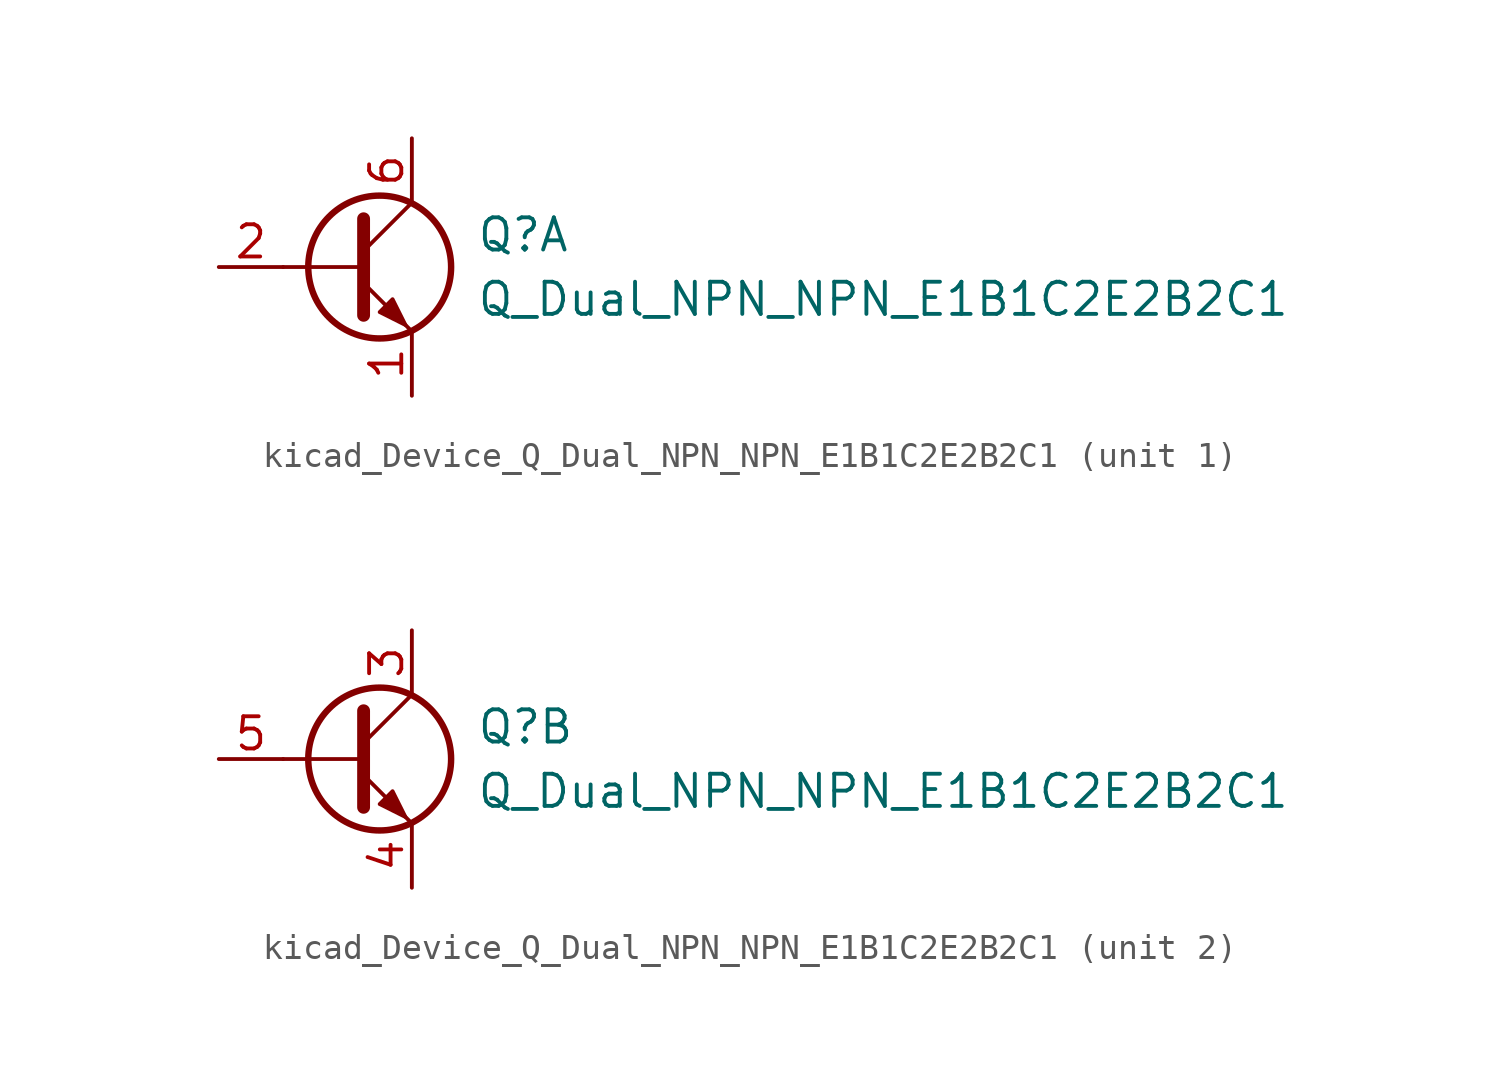
<source format=kicad_sym>
(kicad_symbol_lib
  (version 20220914)
  (generator kicad_symbol_editor)
  (symbol "kicad_Device_Q_Dual_NPN_NPN_E1B1C2E2B2C1"
    (pin_names
      (offset 0) hide)
    (property "Reference" "Q"
      (at 5.08 1.27 0)
      (effects (font (size 1.27 1.27)) (justify left)))
    (property "Value" "Q_Dual_NPN_NPN_E1B1C2E2B2C1"
      (at 5.08 -1.27 0)
      (effects (font (size 1.27 1.27)) (justify left)))
    (property "ki_locked" ""
      (at 0 0 0)
      (effects (font (size 1.27 1.27))))
    (symbol "kicad_Device_Q_Dual_NPN_NPN_E1B1C2E2B2C1_0_1"
      (polyline (pts (xy 0.635 0) (xy -2.54 0)) (stroke (width 0) (type default)) (fill (type none)))
      (polyline (pts (xy 0.635 0.635) (xy 2.54 2.54)) (stroke (width 0) (type default)) (fill (type none)))
      (polyline (pts (xy 0.635 -0.635) (xy 2.54 -2.54) (xy 2.54 -2.54)) (stroke (width 0) (type default)) (fill (type none)))
      (polyline (pts (xy 0.635 1.905) (xy 0.635 -1.905) (xy 0.635 -1.905)) (stroke (width 0.508) (type default)) (fill (type none)))
      (polyline (pts (xy 1.27 -1.778) (xy 1.778 -1.27) (xy 2.286 -2.286) (xy 1.27 -1.778) (xy 1.27 -1.778)) (stroke (width 0) (type default)) (fill (type outline)))
      (circle (center 1.27 0) (radius 2.819) (stroke (width 0.254) (type default)) (fill (type none))))
    (symbol "kicad_Device_Q_Dual_NPN_NPN_E1B1C2E2B2C1_1_1"
      (pin passive line (at 2.54 -5.08 90) (length 2.54) (name "E1" (effects (font (size 1.27 1.27)))) (number "1" (effects (font (size 1.27 1.27)))))
      (pin input line (at -5.08 0 0) (length 2.54) (name "B1" (effects (font (size 1.27 1.27)))) (number "2" (effects (font (size 1.27 1.27)))))
      (pin passive line (at 2.54 5.08 270) (length 2.54) (name "C1" (effects (font (size 1.27 1.27)))) (number "6" (effects (font (size 1.27 1.27))))))
    (symbol "kicad_Device_Q_Dual_NPN_NPN_E1B1C2E2B2C1_2_1"
      (pin passive line (at 2.54 5.08 270) (length 2.54) (name "C2" (effects (font (size 1.27 1.27)))) (number "3" (effects (font (size 1.27 1.27)))))
      (pin passive line (at 2.54 -5.08 90) (length 2.54) (name "E2" (effects (font (size 1.27 1.27)))) (number "4" (effects (font (size 1.27 1.27)))))
      (pin input line (at -5.08 0 0) (length 2.54) (name "B2" (effects (font (size 1.27 1.27)))) (number "5" (effects (font (size 1.27 1.27))))))))
</source>
